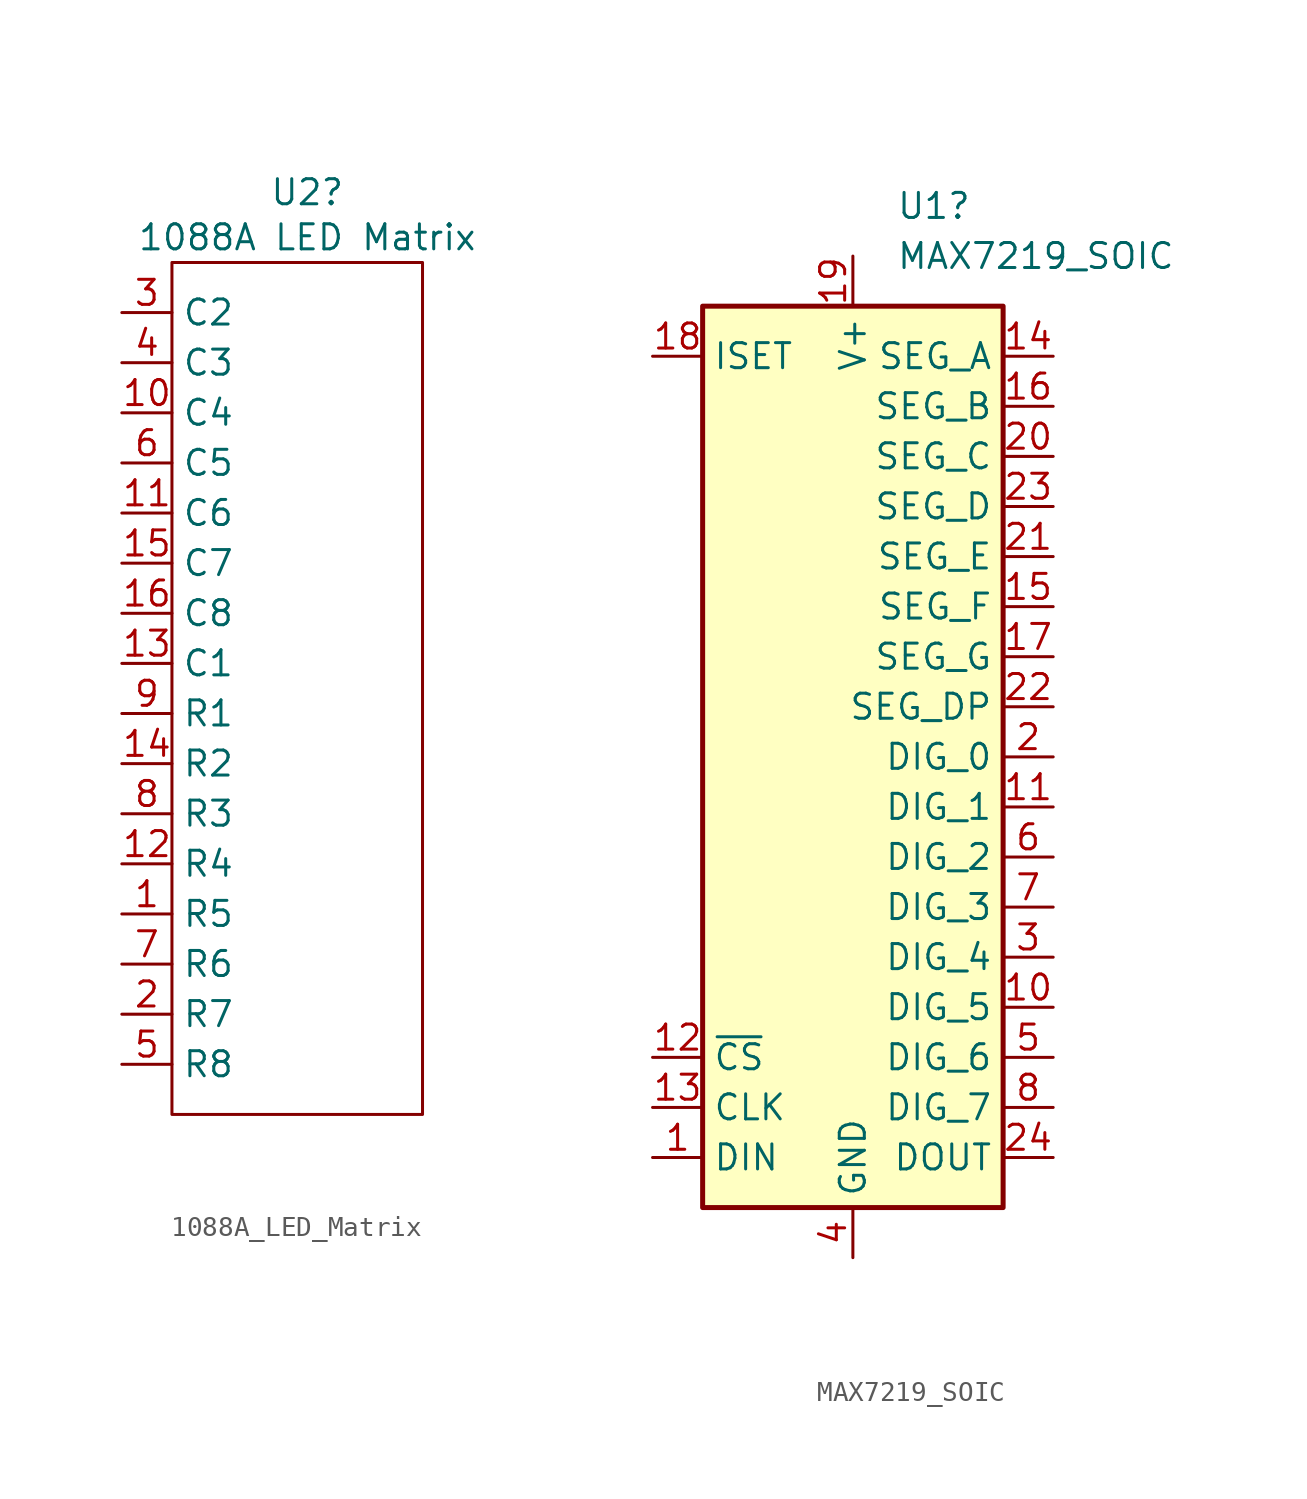
<source format=kicad_sym>
(kicad_symbol_lib
  (version 20231120)
  (generator "kicad_symbol_editor")
  (generator_version "8.0")
  (symbol "1088A_LED_Matrix"
    (property "Reference" "U2"
      (at 0.508 25.146 0)
      (effects (font (size 1.27 1.27))))
    (property "Value" "1088A LED Matrix"
      (at 0.508 22.86 0)
      (effects (font (size 1.27 1.27))))
    (symbol "1088A_LED_Matrix_0_1"
      (rectangle (start -6.35 21.59) (end 6.35 -21.59) (stroke (width 0) (type default)) (fill (type none))))
    (symbol "1088A_LED_Matrix_1_1"
      (pin passive line (at -8.89 -11.43 0) (length 2.54) (name "R5" (effects (font (size 1.27 1.27)))) (number "1" (effects (font (size 1.27 1.27)))))
      (pin passive line (at -8.89 13.97 0) (length 2.54) (name "C4" (effects (font (size 1.27 1.27)))) (number "10" (effects (font (size 1.27 1.27)))))
      (pin passive line (at -8.89 8.89 0) (length 2.54) (name "C6" (effects (font (size 1.27 1.27)))) (number "11" (effects (font (size 1.27 1.27)))))
      (pin passive line (at -8.89 -8.89 0) (length 2.54) (name "R4" (effects (font (size 1.27 1.27)))) (number "12" (effects (font (size 1.27 1.27)))))
      (pin passive line (at -8.89 1.27 0) (length 2.54) (name "C1" (effects (font (size 1.27 1.27)))) (number "13" (effects (font (size 1.27 1.27)))))
      (pin passive line (at -8.89 -3.81 0) (length 2.54) (name "R2" (effects (font (size 1.27 1.27)))) (number "14" (effects (font (size 1.27 1.27)))))
      (pin passive line (at -8.89 6.35 0) (length 2.54) (name "C7" (effects (font (size 1.27 1.27)))) (number "15" (effects (font (size 1.27 1.27)))))
      (pin passive line (at -8.89 3.81 0) (length 2.54) (name "C8" (effects (font (size 1.27 1.27)))) (number "16" (effects (font (size 1.27 1.27)))))
      (pin passive line (at -8.89 -16.51 0) (length 2.54) (name "R7" (effects (font (size 1.27 1.27)))) (number "2" (effects (font (size 1.27 1.27)))))
      (pin passive line (at -8.89 19.05 0) (length 2.54) (name "C2" (effects (font (size 1.27 1.27)))) (number "3" (effects (font (size 1.27 1.27)))))
      (pin passive line (at -8.89 16.51 0) (length 2.54) (name "C3" (effects (font (size 1.27 1.27)))) (number "4" (effects (font (size 1.27 1.27)))))
      (pin passive line (at -8.89 -19.05 0) (length 2.54) (name "R8" (effects (font (size 1.27 1.27)))) (number "5" (effects (font (size 1.27 1.27)))))
      (pin passive line (at -8.89 11.43 0) (length 2.54) (name "C5" (effects (font (size 1.27 1.27)))) (number "6" (effects (font (size 1.27 1.27)))))
      (pin passive line (at -8.89 -13.97 0) (length 2.54) (name "R6" (effects (font (size 1.27 1.27)))) (number "7" (effects (font (size 1.27 1.27)))))
      (pin passive line (at -8.89 -6.35 0) (length 2.54) (name "R3" (effects (font (size 1.27 1.27)))) (number "8" (effects (font (size 1.27 1.27)))))
      (pin passive line (at -8.89 -1.27 0) (length 2.54) (name "R1" (effects (font (size 1.27 1.27)))) (number "9" (effects (font (size 1.27 1.27)))))))
  (symbol "MAX7219_SOIC"
    (property "Reference" "U1"
      (at 2.194 27.94 0)
      (effects (font (size 1.27 1.27)) (justify left)))
    (property "Value" "MAX7219_SOIC"
      (at 2.194 25.4 0)
      (effects (font (size 1.27 1.27)) (justify left)))
    (symbol "MAX7219_SOIC_0_1"
      (rectangle (start -7.62 22.86) (end 7.62 -22.86) (stroke (width 0.254) (type default)) (fill (type background))))
    (symbol "MAX7219_SOIC_1_1"
      (pin input line (at -10.16 -20.32 0) (length 2.54) (name "DIN" (effects (font (size 1.27 1.27)))) (number "1" (effects (font (size 1.27 1.27)))))
      (pin open_collector line (at 10.16 -12.7 180) (length 2.54) (name "DIG_5" (effects (font (size 1.27 1.27)))) (number "10" (effects (font (size 1.27 1.27)))))
      (pin open_collector line (at 10.16 -2.54 180) (length 2.54) (name "DIG_1" (effects (font (size 1.27 1.27)))) (number "11" (effects (font (size 1.27 1.27)))))
      (pin input line (at -10.16 -15.24 0) (length 2.54) (name "~{CS}" (effects (font (size 1.27 1.27)))) (number "12" (effects (font (size 1.27 1.27)))))
      (pin input line (at -10.16 -17.78 0) (length 2.54) (name "CLK" (effects (font (size 1.27 1.27)))) (number "13" (effects (font (size 1.27 1.27)))))
      (pin open_emitter line (at 10.16 20.32 180) (length 2.54) (name "SEG_A" (effects (font (size 1.27 1.27)))) (number "14" (effects (font (size 1.27 1.27)))))
      (pin open_emitter line (at 10.16 7.62 180) (length 2.54) (name "SEG_F" (effects (font (size 1.27 1.27)))) (number "15" (effects (font (size 1.27 1.27)))))
      (pin open_emitter line (at 10.16 17.78 180) (length 2.54) (name "SEG_B" (effects (font (size 1.27 1.27)))) (number "16" (effects (font (size 1.27 1.27)))))
      (pin open_emitter line (at 10.16 5.08 180) (length 2.54) (name "SEG_G" (effects (font (size 1.27 1.27)))) (number "17" (effects (font (size 1.27 1.27)))))
      (pin input line (at -10.16 20.32 0) (length 2.54) (name "ISET" (effects (font (size 1.27 1.27)))) (number "18" (effects (font (size 1.27 1.27)))))
      (pin power_in line (at 0 25.4 270) (length 2.54) (name "V+" (effects (font (size 1.27 1.27)))) (number "19" (effects (font (size 1.27 1.27)))))
      (pin open_collector line (at 10.16 0 180) (length 2.54) (name "DIG_0" (effects (font (size 1.27 1.27)))) (number "2" (effects (font (size 1.27 1.27)))))
      (pin open_emitter line (at 10.16 15.24 180) (length 2.54) (name "SEG_C" (effects (font (size 1.27 1.27)))) (number "20" (effects (font (size 1.27 1.27)))))
      (pin open_emitter line (at 10.16 10.16 180) (length 2.54) (name "SEG_E" (effects (font (size 1.27 1.27)))) (number "21" (effects (font (size 1.27 1.27)))))
      (pin open_emitter line (at 10.16 2.54 180) (length 2.54) (name "SEG_DP" (effects (font (size 1.27 1.27)))) (number "22" (effects (font (size 1.27 1.27)))))
      (pin open_emitter line (at 10.16 12.7 180) (length 2.54) (name "SEG_D" (effects (font (size 1.27 1.27)))) (number "23" (effects (font (size 1.27 1.27)))))
      (pin output line (at 10.16 -20.32 180) (length 2.54) (name "DOUT" (effects (font (size 1.27 1.27)))) (number "24" (effects (font (size 1.27 1.27)))))
      (pin open_collector line (at 10.16 -10.16 180) (length 2.54) (name "DIG_4" (effects (font (size 1.27 1.27)))) (number "3" (effects (font (size 1.27 1.27)))))
      (pin power_in line (at 0 -25.4 90) (length 2.54) (name "GND" (effects (font (size 1.27 1.27)))) (number "4" (effects (font (size 1.27 1.27)))))
      (pin open_collector line (at 10.16 -15.24 180) (length 2.54) (name "DIG_6" (effects (font (size 1.27 1.27)))) (number "5" (effects (font (size 1.27 1.27)))))
      (pin open_collector line (at 10.16 -5.08 180) (length 2.54) (name "DIG_2" (effects (font (size 1.27 1.27)))) (number "6" (effects (font (size 1.27 1.27)))))
      (pin open_collector line (at 10.16 -7.62 180) (length 2.54) (name "DIG_3" (effects (font (size 1.27 1.27)))) (number "7" (effects (font (size 1.27 1.27)))))
      (pin open_collector line (at 10.16 -17.78 180) (length 2.54) (name "DIG_7" (effects (font (size 1.27 1.27)))) (number "8" (effects (font (size 1.27 1.27)))))
      (pin passive line (at 0 -25.4 90) (length 2.54) hide (name "GND" (effects (font (size 1.27 1.27)))) (number "9" (effects (font (size 1.27 1.27))))))))
</source>
